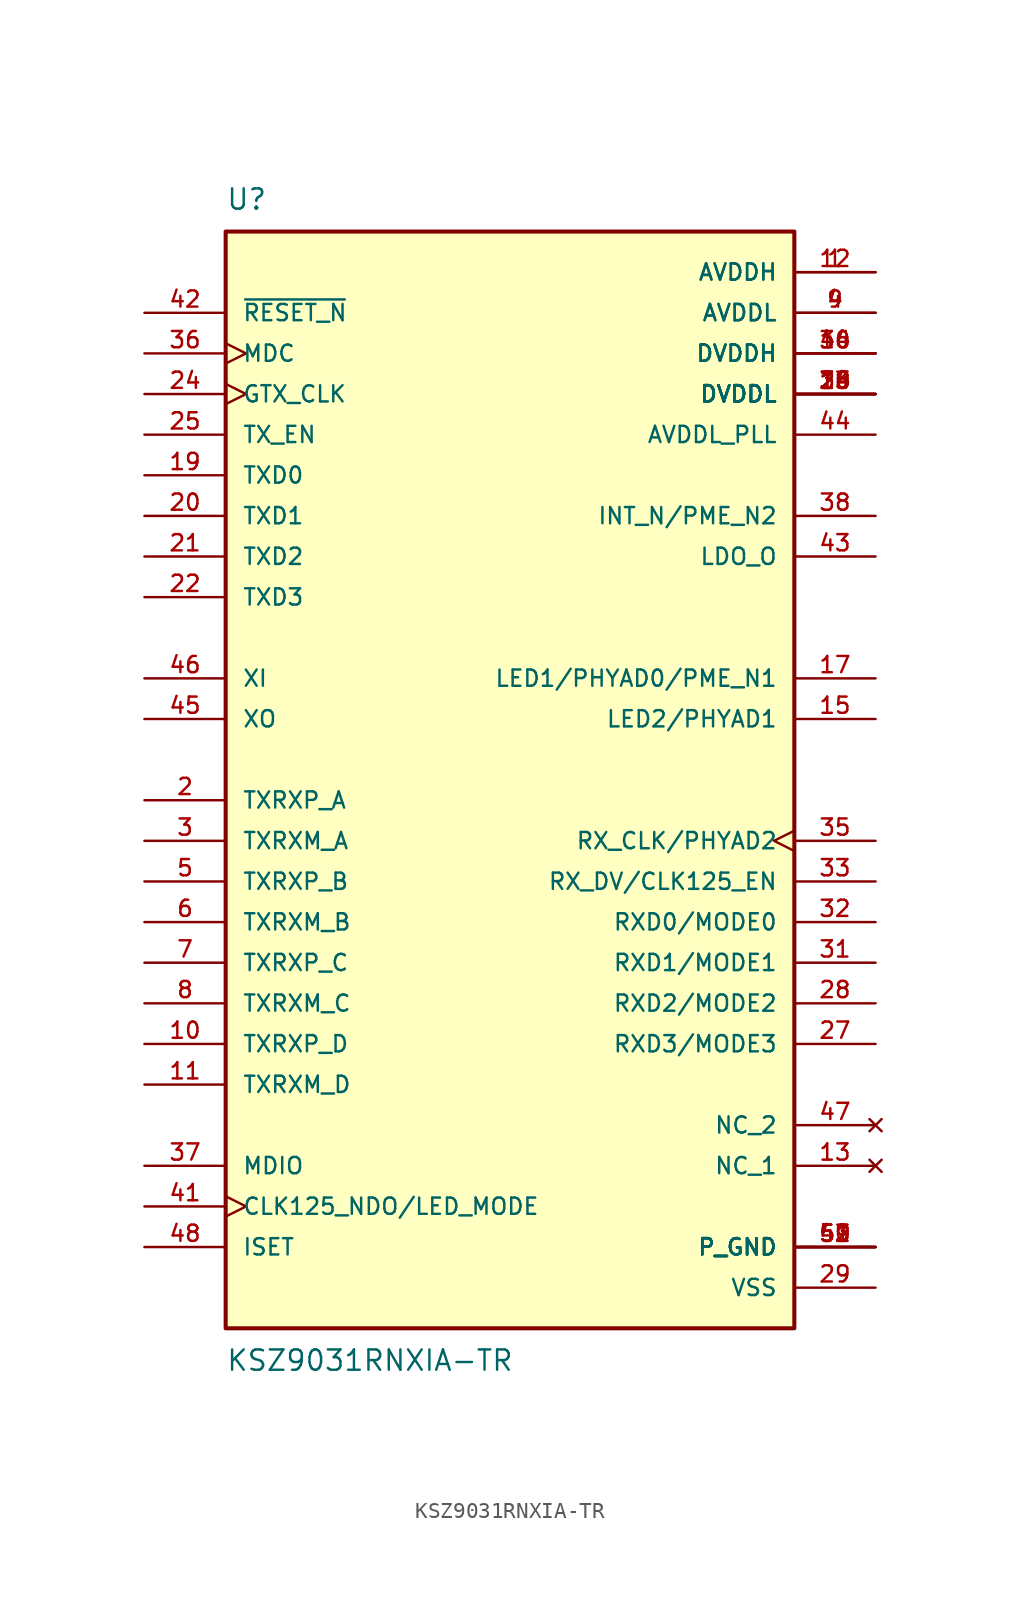
<source format=kicad_sym>
(kicad_symbol_lib
  (version 20211014)
  (generator kicad_symbol_editor)
  (symbol "KSZ9031RNXIA-TR"
    (pin_names
      (offset 1.016))
    (property "Reference" "U"
      (at -17.78 34.29 0)
      (effects (font (size 1.27 1.27)) (justify bottom left)))
    (property "Value" "KSZ9031RNXIA-TR"
      (at -17.78 -36.83 0)
      (effects (font (size 1.27 1.27)) (justify top left)))
    (symbol "KSZ9031RNXIA-TR_0_0"
      (rectangle (start -17.78 -35.56) (end 17.78 33.02) (stroke (width 0.254)) (fill (type background)))
      (pin bidirectional line (at -22.86 -5.08 0) (length 5.08) (name "TXRXM_A" (effects (font (size 1.016 1.016)))) (number "3" (effects (font (size 1.016 1.016)))))
      (pin output line (at 22.86 15.24 180.0) (length 5.08) (name "INT_N/PME_N2" (effects (font (size 1.016 1.016)))) (number "38" (effects (font (size 1.016 1.016)))))
      (pin bidirectional line (at -22.86 -2.54 0) (length 5.08) (name "TXRXP_A" (effects (font (size 1.016 1.016)))) (number "2" (effects (font (size 1.016 1.016)))))
      (pin output line (at 22.86 12.7 180.0) (length 5.08) (name "LDO_O" (effects (font (size 1.016 1.016)))) (number "43" (effects (font (size 1.016 1.016)))))
      (pin bidirectional line (at -22.86 -7.62 0) (length 5.08) (name "TXRXP_B" (effects (font (size 1.016 1.016)))) (number "5" (effects (font (size 1.016 1.016)))))
      (pin input line (at -22.86 12.7 0) (length 5.08) (name "TXD2" (effects (font (size 1.016 1.016)))) (number "21" (effects (font (size 1.016 1.016)))))
      (pin input line (at -22.86 15.24 0) (length 5.08) (name "TXD1" (effects (font (size 1.016 1.016)))) (number "20" (effects (font (size 1.016 1.016)))))
      (pin bidirectional line (at -22.86 -10.16 0) (length 5.08) (name "TXRXM_B" (effects (font (size 1.016 1.016)))) (number "6" (effects (font (size 1.016 1.016)))))
      (pin bidirectional line (at -22.86 -12.7 0) (length 5.08) (name "TXRXP_C" (effects (font (size 1.016 1.016)))) (number "7" (effects (font (size 1.016 1.016)))))
      (pin output line (at -22.86 2.54 0) (length 5.08) (name "XO" (effects (font (size 1.016 1.016)))) (number "45" (effects (font (size 1.016 1.016)))))
      (pin input line (at -22.86 17.78 0) (length 5.08) (name "TXD0" (effects (font (size 1.016 1.016)))) (number "19" (effects (font (size 1.016 1.016)))))
      (pin bidirectional line (at -22.86 -15.24 0) (length 5.08) (name "TXRXM_C" (effects (font (size 1.016 1.016)))) (number "8" (effects (font (size 1.016 1.016)))))
      (pin input line (at -22.86 10.16 0) (length 5.08) (name "TXD3" (effects (font (size 1.016 1.016)))) (number "22" (effects (font (size 1.016 1.016)))))
      (pin input clock (at -22.86 22.86 0) (length 5.08) (name "GTX_CLK" (effects (font (size 1.016 1.016)))) (number "24" (effects (font (size 1.016 1.016)))))
      (pin power_in line (at 22.86 -33.02 180.0) (length 5.08) (name "VSS" (effects (font (size 1.016 1.016)))) (number "29" (effects (font (size 1.016 1.016)))))
      (pin power_in line (at 22.86 -30.48 180.0) (length 5.08) (name "P_GND" (effects (font (size 1.016 1.016)))) (number "49" (effects (font (size 1.016 1.016)))))
      (pin power_in line (at 22.86 -30.48 180.0) (length 5.08) (name "P_GND" (effects (font (size 1.016 1.016)))) (number "50" (effects (font (size 1.016 1.016)))))
      (pin power_in line (at 22.86 -30.48 180.0) (length 5.08) (name "P_GND" (effects (font (size 1.016 1.016)))) (number "51" (effects (font (size 1.016 1.016)))))
      (pin power_in line (at 22.86 -30.48 180.0) (length 5.08) (name "P_GND" (effects (font (size 1.016 1.016)))) (number "52" (effects (font (size 1.016 1.016)))))
      (pin power_in line (at 22.86 -30.48 180.0) (length 5.08) (name "P_GND" (effects (font (size 1.016 1.016)))) (number "53" (effects (font (size 1.016 1.016)))))
      (pin power_in line (at 22.86 27.94 180.0) (length 5.08) (name "AVDDL" (effects (font (size 1.016 1.016)))) (number "4" (effects (font (size 1.016 1.016)))))
      (pin power_in line (at 22.86 27.94 180.0) (length 5.08) (name "AVDDL" (effects (font (size 1.016 1.016)))) (number "9" (effects (font (size 1.016 1.016)))))
      (pin bidirectional line (at -22.86 -17.78 0) (length 5.08) (name "TXRXP_D" (effects (font (size 1.016 1.016)))) (number "10" (effects (font (size 1.016 1.016)))))
      (pin bidirectional line (at -22.86 -20.32 0) (length 5.08) (name "TXRXM_D" (effects (font (size 1.016 1.016)))) (number "11" (effects (font (size 1.016 1.016)))))
      (pin power_in line (at 22.86 30.48 180.0) (length 5.08) (name "AVDDH" (effects (font (size 1.016 1.016)))) (number "1" (effects (font (size 1.016 1.016)))))
      (pin power_in line (at 22.86 30.48 180.0) (length 5.08) (name "AVDDH" (effects (font (size 1.016 1.016)))) (number "12" (effects (font (size 1.016 1.016)))))
      (pin bidirectional line (at 22.86 2.54 180.0) (length 5.08) (name "LED2/PHYAD1" (effects (font (size 1.016 1.016)))) (number "15" (effects (font (size 1.016 1.016)))))
      (pin bidirectional line (at 22.86 5.08 180.0) (length 5.08) (name "LED1/PHYAD0/PME_N1" (effects (font (size 1.016 1.016)))) (number "17" (effects (font (size 1.016 1.016)))))
      (pin power_in line (at 22.86 22.86 180.0) (length 5.08) (name "DVDDL" (effects (font (size 1.016 1.016)))) (number "14" (effects (font (size 1.016 1.016)))))
      (pin power_in line (at 22.86 22.86 180.0) (length 5.08) (name "DVDDL" (effects (font (size 1.016 1.016)))) (number "18" (effects (font (size 1.016 1.016)))))
      (pin power_in line (at 22.86 22.86 180.0) (length 5.08) (name "DVDDL" (effects (font (size 1.016 1.016)))) (number "23" (effects (font (size 1.016 1.016)))))
      (pin power_in line (at 22.86 22.86 180.0) (length 5.08) (name "DVDDL" (effects (font (size 1.016 1.016)))) (number "26" (effects (font (size 1.016 1.016)))))
      (pin power_in line (at 22.86 22.86 180.0) (length 5.08) (name "DVDDL" (effects (font (size 1.016 1.016)))) (number "30" (effects (font (size 1.016 1.016)))))
      (pin power_in line (at 22.86 22.86 180.0) (length 5.08) (name "DVDDL" (effects (font (size 1.016 1.016)))) (number "39" (effects (font (size 1.016 1.016)))))
      (pin input clock (at -22.86 25.4 0) (length 5.08) (name "MDC" (effects (font (size 1.016 1.016)))) (number "36" (effects (font (size 1.016 1.016)))))
      (pin bidirectional line (at 22.86 -17.78 180.0) (length 5.08) (name "RXD3/MODE3" (effects (font (size 1.016 1.016)))) (number "27" (effects (font (size 1.016 1.016)))))
      (pin bidirectional line (at 22.86 -15.24 180.0) (length 5.08) (name "RXD2/MODE2" (effects (font (size 1.016 1.016)))) (number "28" (effects (font (size 1.016 1.016)))))
      (pin bidirectional line (at 22.86 -12.7 180.0) (length 5.08) (name "RXD1/MODE1" (effects (font (size 1.016 1.016)))) (number "31" (effects (font (size 1.016 1.016)))))
      (pin bidirectional line (at 22.86 -10.16 180.0) (length 5.08) (name "RXD0/MODE0" (effects (font (size 1.016 1.016)))) (number "32" (effects (font (size 1.016 1.016)))))
      (pin bidirectional line (at 22.86 -7.62 180.0) (length 5.08) (name "RX_DV/CLK125_EN" (effects (font (size 1.016 1.016)))) (number "33" (effects (font (size 1.016 1.016)))))
      (pin power_in line (at 22.86 25.4 180.0) (length 5.08) (name "DVDDH" (effects (font (size 1.016 1.016)))) (number "16" (effects (font (size 1.016 1.016)))))
      (pin power_in line (at 22.86 25.4 180.0) (length 5.08) (name "DVDDH" (effects (font (size 1.016 1.016)))) (number "34" (effects (font (size 1.016 1.016)))))
      (pin power_in line (at 22.86 25.4 180.0) (length 5.08) (name "DVDDH" (effects (font (size 1.016 1.016)))) (number "40" (effects (font (size 1.016 1.016)))))
      (pin bidirectional clock (at 22.86 -5.08 180.0) (length 5.08) (name "RX_CLK/PHYAD2" (effects (font (size 1.016 1.016)))) (number "35" (effects (font (size 1.016 1.016)))))
      (pin input line (at -22.86 20.32 0) (length 5.08) (name "TX_EN" (effects (font (size 1.016 1.016)))) (number "25" (effects (font (size 1.016 1.016)))))
      (pin bidirectional line (at -22.86 -25.4 0) (length 5.08) (name "MDIO" (effects (font (size 1.016 1.016)))) (number "37" (effects (font (size 1.016 1.016)))))
      (pin bidirectional clock (at -22.86 -27.94 0) (length 5.08) (name "CLK125_NDO/LED_MODE" (effects (font (size 1.016 1.016)))) (number "41" (effects (font (size 1.016 1.016)))))
      (pin input line (at -22.86 27.94 0) (length 5.08) (name "~{RESET_N}" (effects (font (size 1.016 1.016)))) (number "42" (effects (font (size 1.016 1.016)))))
      (pin power_in line (at 22.86 20.32 180.0) (length 5.08) (name "AVDDL_PLL" (effects (font (size 1.016 1.016)))) (number "44" (effects (font (size 1.016 1.016)))))
      (pin input line (at -22.86 5.08 0) (length 5.08) (name "XI" (effects (font (size 1.016 1.016)))) (number "46" (effects (font (size 1.016 1.016)))))
      (pin bidirectional line (at -22.86 -30.48 0) (length 5.08) (name "ISET" (effects (font (size 1.016 1.016)))) (number "48" (effects (font (size 1.016 1.016)))))
      (pin no_connect line (at 22.86 -25.4 180.0) (length 5.08) (name "NC_1" (effects (font (size 1.016 1.016)))) (number "13" (effects (font (size 1.016 1.016)))))
      (pin no_connect line (at 22.86 -22.86 180.0) (length 5.08) (name "NC_2" (effects (font (size 1.016 1.016)))) (number "47" (effects (font (size 1.016 1.016))))))))
</source>
